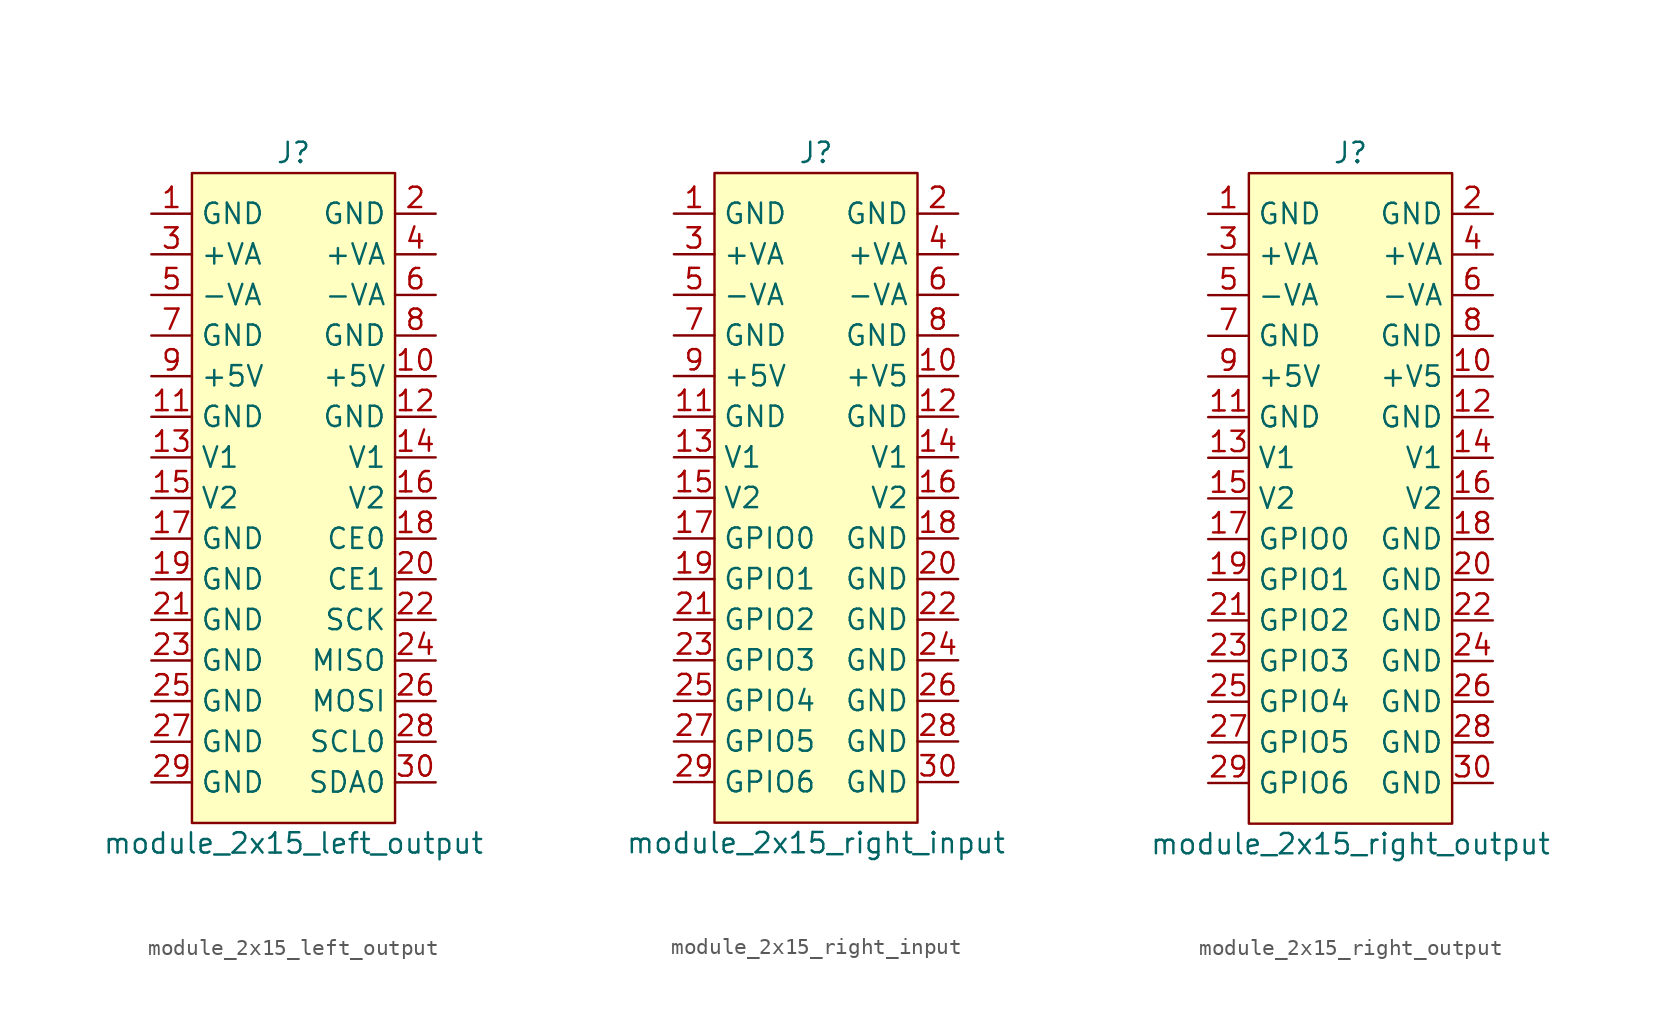
<source format=kicad_sym>
(kicad_symbol_lib
  (version 20211014)
  (generator kicad_symbol_editor)
  (symbol "module_2x15_left_output"
    (property "Reference" "J"
      (at 0 21.59 0)
      (effects (font (size 1.27 1.27))))
    (property "Value" "module_2x15_left_output"
      (at 0 -21.59 0)
      (effects (font (size 1.27 1.27))))
    (symbol "module_2x15_left_output_0_1"
      (rectangle (start -6.35 20.32) (end 6.35 -20.32) (stroke (width 0) (type default) (color 0 0 0 0)) (fill (type background))))
    (symbol "module_2x15_left_output_1_1"
      (pin power_out line (at -8.89 17.78 0) (length 2.54) (name "GND" (effects (font (size 1.27 1.27)))) (number "1" (effects (font (size 1.27 1.27)))))
      (pin power_out line (at 8.89 7.62 180) (length 2.54) (name "+5V" (effects (font (size 1.27 1.27)))) (number "10" (effects (font (size 1.27 1.27)))))
      (pin power_out line (at -8.89 5.08 0) (length 2.54) (name "GND" (effects (font (size 1.27 1.27)))) (number "11" (effects (font (size 1.27 1.27)))))
      (pin power_out line (at 8.89 5.08 180) (length 2.54) (name "GND" (effects (font (size 1.27 1.27)))) (number "12" (effects (font (size 1.27 1.27)))))
      (pin power_out line (at -8.89 2.54 0) (length 2.54) (name "V1" (effects (font (size 1.27 1.27)))) (number "13" (effects (font (size 1.27 1.27)))))
      (pin power_out line (at 8.89 2.54 180) (length 2.54) (name "V1" (effects (font (size 1.27 1.27)))) (number "14" (effects (font (size 1.27 1.27)))))
      (pin power_out line (at -8.89 0 0) (length 2.54) (name "V2" (effects (font (size 1.27 1.27)))) (number "15" (effects (font (size 1.27 1.27)))))
      (pin power_out line (at 8.89 0 180) (length 2.54) (name "V2" (effects (font (size 1.27 1.27)))) (number "16" (effects (font (size 1.27 1.27)))))
      (pin power_out line (at -8.89 -2.54 0) (length 2.54) (name "GND" (effects (font (size 1.27 1.27)))) (number "17" (effects (font (size 1.27 1.27)))))
      (pin output line (at 8.89 -2.54 180) (length 2.54) (name "CE0" (effects (font (size 1.27 1.27)))) (number "18" (effects (font (size 1.27 1.27)))))
      (pin power_out line (at -8.89 -5.08 0) (length 2.54) (name "GND" (effects (font (size 1.27 1.27)))) (number "19" (effects (font (size 1.27 1.27)))))
      (pin power_out line (at 8.89 17.78 180) (length 2.54) (name "GND" (effects (font (size 1.27 1.27)))) (number "2" (effects (font (size 1.27 1.27)))))
      (pin output line (at 8.89 -5.08 180) (length 2.54) (name "CE1" (effects (font (size 1.27 1.27)))) (number "20" (effects (font (size 1.27 1.27)))))
      (pin power_out line (at -8.89 -7.62 0) (length 2.54) (name "GND" (effects (font (size 1.27 1.27)))) (number "21" (effects (font (size 1.27 1.27)))))
      (pin output line (at 8.89 -7.62 180) (length 2.54) (name "SCK" (effects (font (size 1.27 1.27)))) (number "22" (effects (font (size 1.27 1.27)))))
      (pin power_out line (at -8.89 -10.16 0) (length 2.54) (name "GND" (effects (font (size 1.27 1.27)))) (number "23" (effects (font (size 1.27 1.27)))))
      (pin input line (at 8.89 -10.16 180) (length 2.54) (name "MISO" (effects (font (size 1.27 1.27)))) (number "24" (effects (font (size 1.27 1.27)))))
      (pin power_out line (at -8.89 -12.7 0) (length 2.54) (name "GND" (effects (font (size 1.27 1.27)))) (number "25" (effects (font (size 1.27 1.27)))))
      (pin output line (at 8.89 -12.7 180) (length 2.54) (name "MOSI" (effects (font (size 1.27 1.27)))) (number "26" (effects (font (size 1.27 1.27)))))
      (pin power_out line (at -8.89 -15.24 0) (length 2.54) (name "GND" (effects (font (size 1.27 1.27)))) (number "27" (effects (font (size 1.27 1.27)))))
      (pin bidirectional line (at 8.89 -15.24 180) (length 2.54) (name "SCL0" (effects (font (size 1.27 1.27)))) (number "28" (effects (font (size 1.27 1.27)))))
      (pin power_out line (at -8.89 -17.78 0) (length 2.54) (name "GND" (effects (font (size 1.27 1.27)))) (number "29" (effects (font (size 1.27 1.27)))))
      (pin power_out line (at -8.89 15.24 0) (length 2.54) (name "+VA" (effects (font (size 1.27 1.27)))) (number "3" (effects (font (size 1.27 1.27)))))
      (pin bidirectional line (at 8.89 -17.78 180) (length 2.54) (name "SDA0" (effects (font (size 1.27 1.27)))) (number "30" (effects (font (size 1.27 1.27)))))
      (pin power_out line (at 8.89 15.24 180) (length 2.54) (name "+VA" (effects (font (size 1.27 1.27)))) (number "4" (effects (font (size 1.27 1.27)))))
      (pin power_out line (at -8.89 12.7 0) (length 2.54) (name "-VA" (effects (font (size 1.27 1.27)))) (number "5" (effects (font (size 1.27 1.27)))))
      (pin power_out line (at 8.89 12.7 180) (length 2.54) (name "-VA" (effects (font (size 1.27 1.27)))) (number "6" (effects (font (size 1.27 1.27)))))
      (pin power_out line (at -8.89 10.16 0) (length 2.54) (name "GND" (effects (font (size 1.27 1.27)))) (number "7" (effects (font (size 1.27 1.27)))))
      (pin power_out line (at 8.89 10.16 180) (length 2.54) (name "GND" (effects (font (size 1.27 1.27)))) (number "8" (effects (font (size 1.27 1.27)))))
      (pin power_out line (at -8.89 7.62 0) (length 2.54) (name "+5V" (effects (font (size 1.27 1.27)))) (number "9" (effects (font (size 1.27 1.27)))))))
  (symbol "module_2x15_right_input"
    (property "Reference" "J"
      (at 0 19.05 0)
      (effects (font (size 1.27 1.27))))
    (property "Value" "module_2x15_right_input"
      (at 0 -24.13 0)
      (effects (font (size 1.27 1.27))))
    (symbol "module_2x15_right_input_0_1"
      (rectangle (start -6.35 17.78) (end 6.35 -22.86) (stroke (width 0) (type default) (color 0 0 0 0)) (fill (type background))))
    (symbol "module_2x15_right_input_1_1"
      (pin power_in line (at -8.89 15.24 0) (length 2.54) (name "GND" (effects (font (size 1.27 1.27)))) (number "1" (effects (font (size 1.27 1.27)))))
      (pin power_in line (at 8.89 5.08 180) (length 2.54) (name "+V5" (effects (font (size 1.27 1.27)))) (number "10" (effects (font (size 1.27 1.27)))))
      (pin power_in line (at -8.89 2.54 0) (length 2.54) (name "GND" (effects (font (size 1.27 1.27)))) (number "11" (effects (font (size 1.27 1.27)))))
      (pin power_in line (at 8.89 2.54 180) (length 2.54) (name "GND" (effects (font (size 1.27 1.27)))) (number "12" (effects (font (size 1.27 1.27)))))
      (pin power_in line (at -8.89 0 0) (length 2.54) (name "V1" (effects (font (size 1.27 1.27)))) (number "13" (effects (font (size 1.27 1.27)))))
      (pin power_in line (at 8.89 0 180) (length 2.54) (name "V1" (effects (font (size 1.27 1.27)))) (number "14" (effects (font (size 1.27 1.27)))))
      (pin power_in line (at -8.89 -2.54 0) (length 2.54) (name "V2" (effects (font (size 1.27 1.27)))) (number "15" (effects (font (size 1.27 1.27)))))
      (pin power_in line (at 8.89 -2.54 180) (length 2.54) (name "V2" (effects (font (size 1.27 1.27)))) (number "16" (effects (font (size 1.27 1.27)))))
      (pin bidirectional line (at -8.89 -5.08 0) (length 2.54) (name "GPIO0" (effects (font (size 1.27 1.27)))) (number "17" (effects (font (size 1.27 1.27)))))
      (pin power_in line (at 8.89 -5.08 180) (length 2.54) (name "GND" (effects (font (size 1.27 1.27)))) (number "18" (effects (font (size 1.27 1.27)))))
      (pin bidirectional line (at -8.89 -7.62 0) (length 2.54) (name "GPIO1" (effects (font (size 1.27 1.27)))) (number "19" (effects (font (size 1.27 1.27)))))
      (pin power_in line (at 8.89 15.24 180) (length 2.54) (name "GND" (effects (font (size 1.27 1.27)))) (number "2" (effects (font (size 1.27 1.27)))))
      (pin power_in line (at 8.89 -7.62 180) (length 2.54) (name "GND" (effects (font (size 1.27 1.27)))) (number "20" (effects (font (size 1.27 1.27)))))
      (pin bidirectional line (at -8.89 -10.16 0) (length 2.54) (name "GPIO2" (effects (font (size 1.27 1.27)))) (number "21" (effects (font (size 1.27 1.27)))))
      (pin power_in line (at 8.89 -10.16 180) (length 2.54) (name "GND" (effects (font (size 1.27 1.27)))) (number "22" (effects (font (size 1.27 1.27)))))
      (pin bidirectional line (at -8.89 -12.7 0) (length 2.54) (name "GPIO3" (effects (font (size 1.27 1.27)))) (number "23" (effects (font (size 1.27 1.27)))))
      (pin power_in line (at 8.89 -12.7 180) (length 2.54) (name "GND" (effects (font (size 1.27 1.27)))) (number "24" (effects (font (size 1.27 1.27)))))
      (pin bidirectional line (at -8.89 -15.24 0) (length 2.54) (name "GPIO4" (effects (font (size 1.27 1.27)))) (number "25" (effects (font (size 1.27 1.27)))))
      (pin power_in line (at 8.89 -15.24 180) (length 2.54) (name "GND" (effects (font (size 1.27 1.27)))) (number "26" (effects (font (size 1.27 1.27)))))
      (pin bidirectional line (at -8.89 -17.78 0) (length 2.54) (name "GPIO5" (effects (font (size 1.27 1.27)))) (number "27" (effects (font (size 1.27 1.27)))))
      (pin power_in line (at 8.89 -17.78 180) (length 2.54) (name "GND" (effects (font (size 1.27 1.27)))) (number "28" (effects (font (size 1.27 1.27)))))
      (pin bidirectional line (at -8.89 -20.32 0) (length 2.54) (name "GPIO6" (effects (font (size 1.27 1.27)))) (number "29" (effects (font (size 1.27 1.27)))))
      (pin power_in line (at -8.89 12.7 0) (length 2.54) (name "+VA" (effects (font (size 1.27 1.27)))) (number "3" (effects (font (size 1.27 1.27)))))
      (pin power_in line (at 8.89 -20.32 180) (length 2.54) (name "GND" (effects (font (size 1.27 1.27)))) (number "30" (effects (font (size 1.27 1.27)))))
      (pin power_in line (at 8.89 12.7 180) (length 2.54) (name "+VA" (effects (font (size 1.27 1.27)))) (number "4" (effects (font (size 1.27 1.27)))))
      (pin power_in line (at -8.89 10.16 0) (length 2.54) (name "-VA" (effects (font (size 1.27 1.27)))) (number "5" (effects (font (size 1.27 1.27)))))
      (pin power_in line (at 8.89 10.16 180) (length 2.54) (name "-VA" (effects (font (size 1.27 1.27)))) (number "6" (effects (font (size 1.27 1.27)))))
      (pin power_in line (at -8.89 7.62 0) (length 2.54) (name "GND" (effects (font (size 1.27 1.27)))) (number "7" (effects (font (size 1.27 1.27)))))
      (pin power_in line (at 8.89 7.62 180) (length 2.54) (name "GND" (effects (font (size 1.27 1.27)))) (number "8" (effects (font (size 1.27 1.27)))))
      (pin power_in line (at -8.89 5.08 0) (length 2.54) (name "+5V" (effects (font (size 1.27 1.27)))) (number "9" (effects (font (size 1.27 1.27)))))))
  (symbol "module_2x15_right_output"
    (property "Reference" "J"
      (at 0 21.59 0)
      (effects (font (size 1.27 1.27))))
    (property "Value" "module_2x15_right_output"
      (at 0 -21.59 0)
      (effects (font (size 1.27 1.27))))
    (symbol "module_2x15_right_output_0_1"
      (rectangle (start -6.35 20.32) (end 6.35 -20.32) (stroke (width 0) (type default) (color 0 0 0 0)) (fill (type background))))
    (symbol "module_2x15_right_output_1_1"
      (pin power_out line (at -8.89 17.78 0) (length 2.54) (name "GND" (effects (font (size 1.27 1.27)))) (number "1" (effects (font (size 1.27 1.27)))))
      (pin power_out line (at 8.89 7.62 180) (length 2.54) (name "+V5" (effects (font (size 1.27 1.27)))) (number "10" (effects (font (size 1.27 1.27)))))
      (pin power_out line (at -8.89 5.08 0) (length 2.54) (name "GND" (effects (font (size 1.27 1.27)))) (number "11" (effects (font (size 1.27 1.27)))))
      (pin power_out line (at 8.89 5.08 180) (length 2.54) (name "GND" (effects (font (size 1.27 1.27)))) (number "12" (effects (font (size 1.27 1.27)))))
      (pin power_out line (at -8.89 2.54 0) (length 2.54) (name "V1" (effects (font (size 1.27 1.27)))) (number "13" (effects (font (size 1.27 1.27)))))
      (pin power_out line (at 8.89 2.54 180) (length 2.54) (name "V1" (effects (font (size 1.27 1.27)))) (number "14" (effects (font (size 1.27 1.27)))))
      (pin power_out line (at -8.89 0 0) (length 2.54) (name "V2" (effects (font (size 1.27 1.27)))) (number "15" (effects (font (size 1.27 1.27)))))
      (pin power_out line (at 8.89 0 180) (length 2.54) (name "V2" (effects (font (size 1.27 1.27)))) (number "16" (effects (font (size 1.27 1.27)))))
      (pin bidirectional line (at -8.89 -2.54 0) (length 2.54) (name "GPIO0" (effects (font (size 1.27 1.27)))) (number "17" (effects (font (size 1.27 1.27)))))
      (pin power_out line (at 8.89 -2.54 180) (length 2.54) (name "GND" (effects (font (size 1.27 1.27)))) (number "18" (effects (font (size 1.27 1.27)))))
      (pin bidirectional line (at -8.89 -5.08 0) (length 2.54) (name "GPIO1" (effects (font (size 1.27 1.27)))) (number "19" (effects (font (size 1.27 1.27)))))
      (pin power_out line (at 8.89 17.78 180) (length 2.54) (name "GND" (effects (font (size 1.27 1.27)))) (number "2" (effects (font (size 1.27 1.27)))))
      (pin power_out line (at 8.89 -5.08 180) (length 2.54) (name "GND" (effects (font (size 1.27 1.27)))) (number "20" (effects (font (size 1.27 1.27)))))
      (pin bidirectional line (at -8.89 -7.62 0) (length 2.54) (name "GPIO2" (effects (font (size 1.27 1.27)))) (number "21" (effects (font (size 1.27 1.27)))))
      (pin power_out line (at 8.89 -7.62 180) (length 2.54) (name "GND" (effects (font (size 1.27 1.27)))) (number "22" (effects (font (size 1.27 1.27)))))
      (pin bidirectional line (at -8.89 -10.16 0) (length 2.54) (name "GPIO3" (effects (font (size 1.27 1.27)))) (number "23" (effects (font (size 1.27 1.27)))))
      (pin power_out line (at 8.89 -10.16 180) (length 2.54) (name "GND" (effects (font (size 1.27 1.27)))) (number "24" (effects (font (size 1.27 1.27)))))
      (pin bidirectional line (at -8.89 -12.7 0) (length 2.54) (name "GPIO4" (effects (font (size 1.27 1.27)))) (number "25" (effects (font (size 1.27 1.27)))))
      (pin power_out line (at 8.89 -12.7 180) (length 2.54) (name "GND" (effects (font (size 1.27 1.27)))) (number "26" (effects (font (size 1.27 1.27)))))
      (pin bidirectional line (at -8.89 -15.24 0) (length 2.54) (name "GPIO5" (effects (font (size 1.27 1.27)))) (number "27" (effects (font (size 1.27 1.27)))))
      (pin power_out line (at 8.89 -15.24 180) (length 2.54) (name "GND" (effects (font (size 1.27 1.27)))) (number "28" (effects (font (size 1.27 1.27)))))
      (pin bidirectional line (at -8.89 -17.78 0) (length 2.54) (name "GPIO6" (effects (font (size 1.27 1.27)))) (number "29" (effects (font (size 1.27 1.27)))))
      (pin power_out line (at -8.89 15.24 0) (length 2.54) (name "+VA" (effects (font (size 1.27 1.27)))) (number "3" (effects (font (size 1.27 1.27)))))
      (pin power_out line (at 8.89 -17.78 180) (length 2.54) (name "GND" (effects (font (size 1.27 1.27)))) (number "30" (effects (font (size 1.27 1.27)))))
      (pin power_out line (at 8.89 15.24 180) (length 2.54) (name "+VA" (effects (font (size 1.27 1.27)))) (number "4" (effects (font (size 1.27 1.27)))))
      (pin power_out line (at -8.89 12.7 0) (length 2.54) (name "-VA" (effects (font (size 1.27 1.27)))) (number "5" (effects (font (size 1.27 1.27)))))
      (pin power_out line (at 8.89 12.7 180) (length 2.54) (name "-VA" (effects (font (size 1.27 1.27)))) (number "6" (effects (font (size 1.27 1.27)))))
      (pin power_out line (at -8.89 10.16 0) (length 2.54) (name "GND" (effects (font (size 1.27 1.27)))) (number "7" (effects (font (size 1.27 1.27)))))
      (pin power_out line (at 8.89 10.16 180) (length 2.54) (name "GND" (effects (font (size 1.27 1.27)))) (number "8" (effects (font (size 1.27 1.27)))))
      (pin power_out line (at -8.89 7.62 0) (length 2.54) (name "+5V" (effects (font (size 1.27 1.27)))) (number "9" (effects (font (size 1.27 1.27))))))))
</source>
